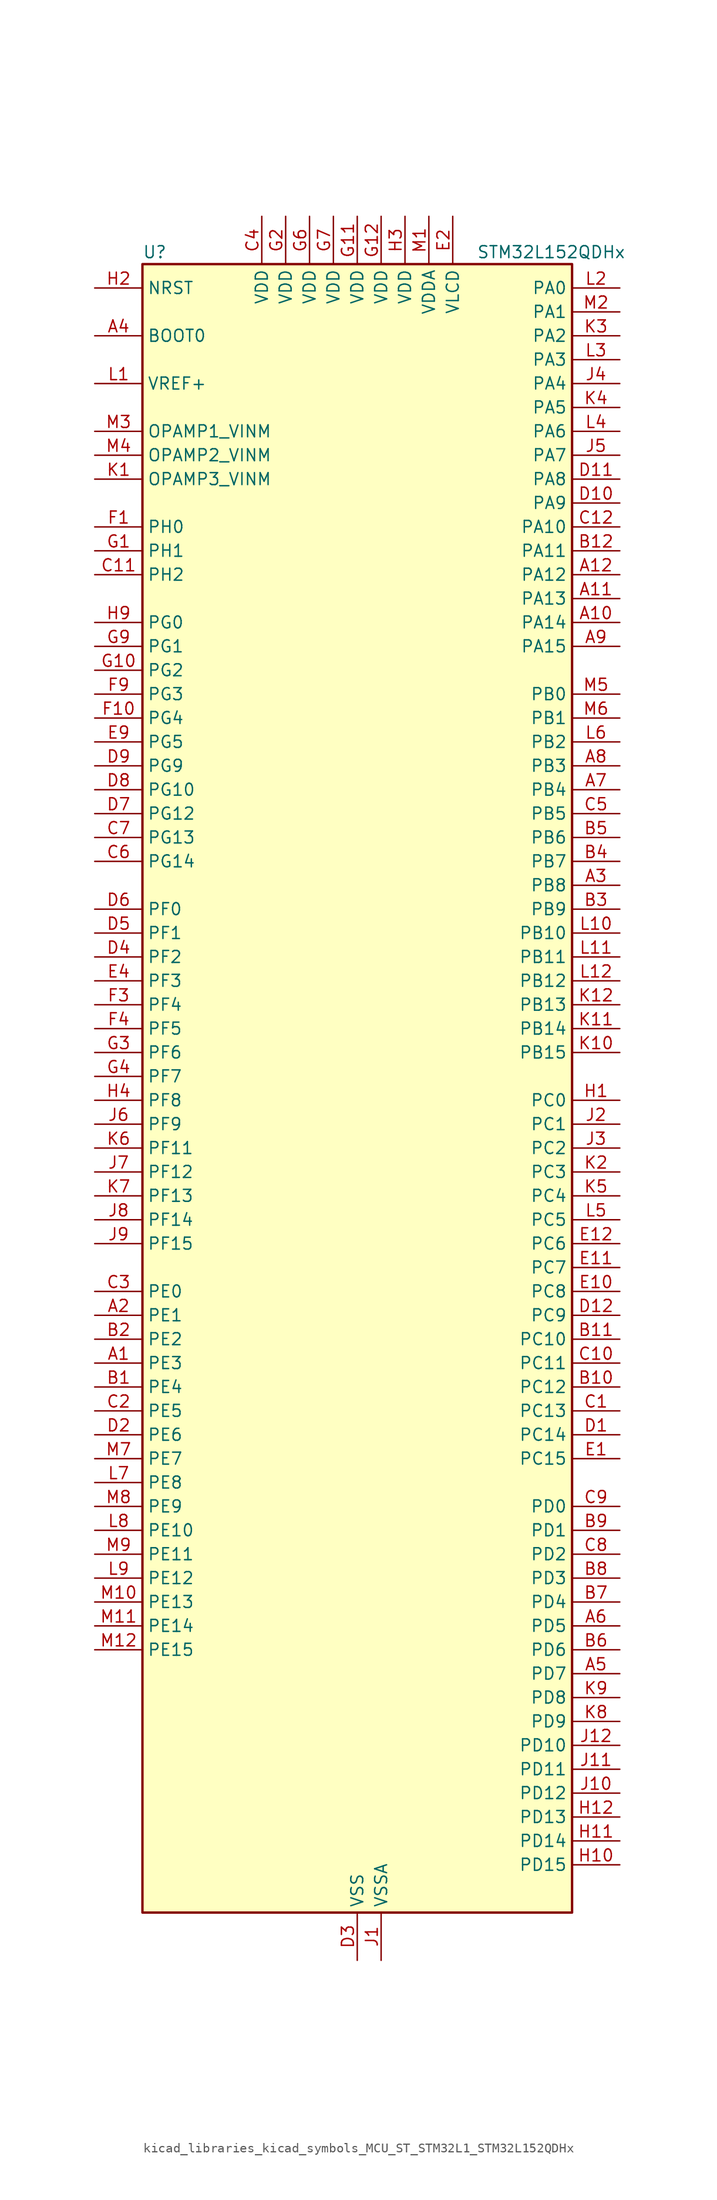
<source format=kicad_sym>
(kicad_symbol_lib
  (version 20220914)
  (generator kicad_symbol_editor)
  (symbol "kicad_libraries_kicad_symbols_MCU_ST_STM32L1_STM32L152QDHx"
    (property "Reference" "U"
      (at -22.86 90.17 0)
      (effects (font (size 1.27 1.27)) (justify left)))
    (property "Value" "STM32L152QDHx"
      (at 12.7 90.17 0)
      (effects (font (size 1.27 1.27)) (justify left)))
    (property "ki_locked" ""
      (at 0 0 0)
      (effects (font (size 1.27 1.27))))
    (symbol "kicad_libraries_kicad_symbols_MCU_ST_STM32L1_STM32L152QDHx_0_1"
      (rectangle (start -22.86 -86.36) (end 22.86 88.9) (stroke (width 0.254) (type default)) (fill (type background))))
    (symbol "kicad_libraries_kicad_symbols_MCU_ST_STM32L1_STM32L152QDHx_1_1"
      (pin bidirectional line (at -27.94 -27.94 0) (length 5.08) (name "PE3" (effects (font (size 1.27 1.27)))) (number "A1" (effects (font (size 1.27 1.27)))) (alternate "FSMC_A19" bidirectional line) (alternate "LCD_SEG39" bidirectional line) (alternate "SYS_TRACED0" bidirectional line) (alternate "TIM3_CH1" bidirectional line) (alternate "TIMX_IC4" bidirectional line))
      (pin bidirectional line (at 27.94 50.8 180) (length 5.08) (name "PA14" (effects (font (size 1.27 1.27)))) (number "A10" (effects (font (size 1.27 1.27)))) (alternate "SYS_JTCK-SWCLK" bidirectional line) (alternate "TIMX_IC3" bidirectional line) (alternate "TS_G5_IO2" bidirectional line))
      (pin bidirectional line (at 27.94 53.34 180) (length 5.08) (name "PA13" (effects (font (size 1.27 1.27)))) (number "A11" (effects (font (size 1.27 1.27)))) (alternate "SYS_JTMS-SWDIO" bidirectional line) (alternate "TIMX_IC2" bidirectional line) (alternate "TS_G5_IO1" bidirectional line))
      (pin bidirectional line (at 27.94 55.88 180) (length 5.08) (name "PA12" (effects (font (size 1.27 1.27)))) (number "A12" (effects (font (size 1.27 1.27)))) (alternate "SPI1_MOSI" bidirectional line) (alternate "TIMX_IC1" bidirectional line) (alternate "USART1_RTS" bidirectional line) (alternate "USB_DP" bidirectional line))
      (pin bidirectional line (at -27.94 -22.86 0) (length 5.08) (name "PE1" (effects (font (size 1.27 1.27)))) (number "A2" (effects (font (size 1.27 1.27)))) (alternate "FSMC_NBL1" bidirectional line) (alternate "LCD_SEG37" bidirectional line) (alternate "TIM11_CH1" bidirectional line) (alternate "TIMX_IC2" bidirectional line))
      (pin bidirectional line (at 27.94 22.86 180) (length 5.08) (name "PB8" (effects (font (size 1.27 1.27)))) (number "A3" (effects (font (size 1.27 1.27)))) (alternate "I2C1_SCL" bidirectional line) (alternate "LCD_SEG16" bidirectional line) (alternate "SDIO_D4" bidirectional line) (alternate "TIM10_CH1" bidirectional line) (alternate "TIM4_CH3" bidirectional line))
      (pin input line (at -27.94 81.28 0) (length 5.08) (name "BOOT0" (effects (font (size 1.27 1.27)))) (number "A4" (effects (font (size 1.27 1.27)))))
      (pin bidirectional line (at 27.94 -60.96 180) (length 5.08) (name "PD7" (effects (font (size 1.27 1.27)))) (number "A5" (effects (font (size 1.27 1.27)))) (alternate "FSMC_NE1" bidirectional line) (alternate "TIM9_CH2" bidirectional line) (alternate "TIMX_IC4" bidirectional line) (alternate "USART2_CK" bidirectional line))
      (pin bidirectional line (at 27.94 -55.88 180) (length 5.08) (name "PD5" (effects (font (size 1.27 1.27)))) (number "A6" (effects (font (size 1.27 1.27)))) (alternate "FSMC_NWE" bidirectional line) (alternate "TIMX_IC2" bidirectional line) (alternate "USART2_TX" bidirectional line))
      (pin bidirectional line (at 27.94 33.02 180) (length 5.08) (name "PB4" (effects (font (size 1.27 1.27)))) (number "A7" (effects (font (size 1.27 1.27)))) (alternate "COMP2_INP" bidirectional line) (alternate "LCD_SEG8" bidirectional line) (alternate "SPI1_MISO" bidirectional line) (alternate "SPI3_MISO" bidirectional line) (alternate "SYS_JTRST" bidirectional line) (alternate "TIM3_CH1" bidirectional line) (alternate "TS_G6_IO1" bidirectional line))
      (pin bidirectional line (at 27.94 35.56 180) (length 5.08) (name "PB3" (effects (font (size 1.27 1.27)))) (number "A8" (effects (font (size 1.27 1.27)))) (alternate "COMP2_INM" bidirectional line) (alternate "I2S3_CK" bidirectional line) (alternate "LCD_SEG7" bidirectional line) (alternate "SPI1_SCK" bidirectional line) (alternate "SPI3_SCK" bidirectional line) (alternate "SYS_JTDO-TRACESWO" bidirectional line) (alternate "TIM2_CH2" bidirectional line))
      (pin bidirectional line (at 27.94 48.26 180) (length 5.08) (name "PA15" (effects (font (size 1.27 1.27)))) (number "A9" (effects (font (size 1.27 1.27)))) (alternate "ADC_EXTI15" bidirectional line) (alternate "I2S3_WS" bidirectional line) (alternate "LCD_SEG17" bidirectional line) (alternate "SPI1_NSS" bidirectional line) (alternate "SPI3_NSS" bidirectional line) (alternate "SYS_JTDI" bidirectional line) (alternate "TIM2_CH1" bidirectional line) (alternate "TIM2_ETR" bidirectional line) (alternate "TIMX_IC4" bidirectional line) (alternate "TS_G5_IO3" bidirectional line))
      (pin bidirectional line (at -27.94 -30.48 0) (length 5.08) (name "PE4" (effects (font (size 1.27 1.27)))) (number "B1" (effects (font (size 1.27 1.27)))) (alternate "FSMC_A20" bidirectional line) (alternate "SYS_TRACED1" bidirectional line) (alternate "TIM3_CH2" bidirectional line) (alternate "TIMX_IC1" bidirectional line))
      (pin bidirectional line (at 27.94 -30.48 180) (length 5.08) (name "PC12" (effects (font (size 1.27 1.27)))) (number "B10" (effects (font (size 1.27 1.27)))) (alternate "I2S3_SD" bidirectional line) (alternate "LCD_COM6" bidirectional line) (alternate "LCD_SEG30" bidirectional line) (alternate "LCD_SEG42" bidirectional line) (alternate "SDIO_CK" bidirectional line) (alternate "SPI3_MOSI" bidirectional line) (alternate "TIMX_IC1" bidirectional line) (alternate "UART5_TX" bidirectional line) (alternate "USART3_CK" bidirectional line))
      (pin bidirectional line (at 27.94 -25.4 180) (length 5.08) (name "PC10" (effects (font (size 1.27 1.27)))) (number "B11" (effects (font (size 1.27 1.27)))) (alternate "I2S3_CK" bidirectional line) (alternate "LCD_COM4" bidirectional line) (alternate "LCD_SEG28" bidirectional line) (alternate "LCD_SEG40" bidirectional line) (alternate "SDIO_D2" bidirectional line) (alternate "SPI3_SCK" bidirectional line) (alternate "TIMX_IC3" bidirectional line) (alternate "UART4_TX" bidirectional line) (alternate "USART3_TX" bidirectional line))
      (pin bidirectional line (at 27.94 58.42 180) (length 5.08) (name "PA11" (effects (font (size 1.27 1.27)))) (number "B12" (effects (font (size 1.27 1.27)))) (alternate "ADC_EXTI11" bidirectional line) (alternate "SPI1_MISO" bidirectional line) (alternate "TIMX_IC4" bidirectional line) (alternate "USART1_CTS" bidirectional line) (alternate "USB_DM" bidirectional line))
      (pin bidirectional line (at -27.94 -25.4 0) (length 5.08) (name "PE2" (effects (font (size 1.27 1.27)))) (number "B2" (effects (font (size 1.27 1.27)))) (alternate "FSMC_A23" bidirectional line) (alternate "LCD_SEG38" bidirectional line) (alternate "SYS_TRACECK" bidirectional line) (alternate "TIM3_ETR" bidirectional line) (alternate "TIMX_IC3" bidirectional line))
      (pin bidirectional line (at 27.94 20.32 180) (length 5.08) (name "PB9" (effects (font (size 1.27 1.27)))) (number "B3" (effects (font (size 1.27 1.27)))) (alternate "DAC_EXTI9" bidirectional line) (alternate "I2C1_SDA" bidirectional line) (alternate "LCD_COM3" bidirectional line) (alternate "SDIO_D5" bidirectional line) (alternate "TIM11_CH1" bidirectional line) (alternate "TIM4_CH4" bidirectional line))
      (pin bidirectional line (at 27.94 25.4 180) (length 5.08) (name "PB7" (effects (font (size 1.27 1.27)))) (number "B4" (effects (font (size 1.27 1.27)))) (alternate "COMP2_INP" bidirectional line) (alternate "FSMC_NL" bidirectional line) (alternate "I2C1_SDA" bidirectional line) (alternate "SYS_PVD_IN" bidirectional line) (alternate "TIM4_CH2" bidirectional line) (alternate "TS_G6_IO4" bidirectional line) (alternate "USART1_RX" bidirectional line))
      (pin bidirectional line (at 27.94 27.94 180) (length 5.08) (name "PB6" (effects (font (size 1.27 1.27)))) (number "B5" (effects (font (size 1.27 1.27)))) (alternate "COMP2_INP" bidirectional line) (alternate "I2C1_SCL" bidirectional line) (alternate "TIM4_CH1" bidirectional line) (alternate "TS_G6_IO3" bidirectional line) (alternate "USART1_TX" bidirectional line))
      (pin bidirectional line (at 27.94 -58.42 180) (length 5.08) (name "PD6" (effects (font (size 1.27 1.27)))) (number "B6" (effects (font (size 1.27 1.27)))) (alternate "FSMC_NWAIT" bidirectional line) (alternate "TIMX_IC3" bidirectional line) (alternate "USART2_RX" bidirectional line))
      (pin bidirectional line (at 27.94 -53.34 180) (length 5.08) (name "PD4" (effects (font (size 1.27 1.27)))) (number "B7" (effects (font (size 1.27 1.27)))) (alternate "FSMC_NOE" bidirectional line) (alternate "I2S2_SD" bidirectional line) (alternate "SPI2_MOSI" bidirectional line) (alternate "TIMX_IC1" bidirectional line) (alternate "USART2_RTS" bidirectional line))
      (pin bidirectional line (at 27.94 -50.8 180) (length 5.08) (name "PD3" (effects (font (size 1.27 1.27)))) (number "B8" (effects (font (size 1.27 1.27)))) (alternate "FSMC_CLK" bidirectional line) (alternate "SPI2_MISO" bidirectional line) (alternate "TIMX_IC4" bidirectional line) (alternate "USART2_CTS" bidirectional line))
      (pin bidirectional line (at 27.94 -45.72 180) (length 5.08) (name "PD1" (effects (font (size 1.27 1.27)))) (number "B9" (effects (font (size 1.27 1.27)))) (alternate "FSMC_D3" bidirectional line) (alternate "FSMC_DA3" bidirectional line) (alternate "I2S2_CK" bidirectional line) (alternate "SPI2_SCK" bidirectional line) (alternate "TIMX_IC2" bidirectional line))
      (pin bidirectional line (at 27.94 -33.02 180) (length 5.08) (name "PC13" (effects (font (size 1.27 1.27)))) (number "C1" (effects (font (size 1.27 1.27)))) (alternate "RTC_OUT_ALARM" bidirectional line) (alternate "RTC_OUT_CALIB" bidirectional line) (alternate "RTC_TAMP1" bidirectional line) (alternate "RTC_TS" bidirectional line) (alternate "SYS_WKUP2" bidirectional line) (alternate "TIMX_IC2" bidirectional line))
      (pin bidirectional line (at 27.94 -27.94 180) (length 5.08) (name "PC11" (effects (font (size 1.27 1.27)))) (number "C10" (effects (font (size 1.27 1.27)))) (alternate "ADC_EXTI11" bidirectional line) (alternate "LCD_COM5" bidirectional line) (alternate "LCD_SEG29" bidirectional line) (alternate "LCD_SEG41" bidirectional line) (alternate "SDIO_D3" bidirectional line) (alternate "SPI3_MISO" bidirectional line) (alternate "TIMX_IC4" bidirectional line) (alternate "UART4_RX" bidirectional line) (alternate "USART3_RX" bidirectional line))
      (pin bidirectional line (at -27.94 55.88 0) (length 5.08) (name "PH2" (effects (font (size 1.27 1.27)))) (number "C11" (effects (font (size 1.27 1.27)))) (alternate "FSMC_A22" bidirectional line))
      (pin bidirectional line (at 27.94 60.96 180) (length 5.08) (name "PA10" (effects (font (size 1.27 1.27)))) (number "C12" (effects (font (size 1.27 1.27)))) (alternate "LCD_COM2" bidirectional line) (alternate "TIMX_IC3" bidirectional line) (alternate "TS_G4_IO3" bidirectional line) (alternate "USART1_RX" bidirectional line))
      (pin bidirectional line (at -27.94 -33.02 0) (length 5.08) (name "PE5" (effects (font (size 1.27 1.27)))) (number "C2" (effects (font (size 1.27 1.27)))) (alternate "FSMC_A21" bidirectional line) (alternate "SYS_TRACED2" bidirectional line) (alternate "TIM9_CH1" bidirectional line) (alternate "TIMX_IC2" bidirectional line))
      (pin bidirectional line (at -27.94 -20.32 0) (length 5.08) (name "PE0" (effects (font (size 1.27 1.27)))) (number "C3" (effects (font (size 1.27 1.27)))) (alternate "FSMC_NBL0" bidirectional line) (alternate "LCD_SEG36" bidirectional line) (alternate "TIM10_CH1" bidirectional line) (alternate "TIM4_ETR" bidirectional line) (alternate "TIMX_IC1" bidirectional line))
      (pin power_in line (at -10.16 93.98 270) (length 5.08) (name "VDD" (effects (font (size 1.27 1.27)))) (number "C4" (effects (font (size 1.27 1.27)))))
      (pin bidirectional line (at 27.94 30.48 180) (length 5.08) (name "PB5" (effects (font (size 1.27 1.27)))) (number "C5" (effects (font (size 1.27 1.27)))) (alternate "COMP2_INP" bidirectional line) (alternate "I2C1_SMBA" bidirectional line) (alternate "I2S3_SD" bidirectional line) (alternate "LCD_SEG9" bidirectional line) (alternate "SPI1_MOSI" bidirectional line) (alternate "SPI3_MOSI" bidirectional line) (alternate "TIM3_CH2" bidirectional line) (alternate "TS_G6_IO2" bidirectional line))
      (pin bidirectional line (at -27.94 25.4 0) (length 5.08) (name "PG14" (effects (font (size 1.27 1.27)))) (number "C6" (effects (font (size 1.27 1.27)))) (alternate "FSMC_A25" bidirectional line))
      (pin bidirectional line (at -27.94 27.94 0) (length 5.08) (name "PG13" (effects (font (size 1.27 1.27)))) (number "C7" (effects (font (size 1.27 1.27)))) (alternate "FSMC_A24" bidirectional line))
      (pin bidirectional line (at 27.94 -48.26 180) (length 5.08) (name "PD2" (effects (font (size 1.27 1.27)))) (number "C8" (effects (font (size 1.27 1.27)))) (alternate "LCD_COM7" bidirectional line) (alternate "LCD_SEG31" bidirectional line) (alternate "LCD_SEG43" bidirectional line) (alternate "SDIO_CMD" bidirectional line) (alternate "TIM3_ETR" bidirectional line) (alternate "TIMX_IC3" bidirectional line) (alternate "UART5_RX" bidirectional line))
      (pin bidirectional line (at 27.94 -43.18 180) (length 5.08) (name "PD0" (effects (font (size 1.27 1.27)))) (number "C9" (effects (font (size 1.27 1.27)))) (alternate "FSMC_D2" bidirectional line) (alternate "FSMC_DA2" bidirectional line) (alternate "I2S2_WS" bidirectional line) (alternate "SPI2_NSS" bidirectional line) (alternate "TIM9_CH1" bidirectional line) (alternate "TIMX_IC1" bidirectional line))
      (pin bidirectional line (at 27.94 -35.56 180) (length 5.08) (name "PC14" (effects (font (size 1.27 1.27)))) (number "D1" (effects (font (size 1.27 1.27)))) (alternate "RCC_OSC32_IN" bidirectional line) (alternate "TIMX_IC3" bidirectional line))
      (pin bidirectional line (at 27.94 63.5 180) (length 5.08) (name "PA9" (effects (font (size 1.27 1.27)))) (number "D10" (effects (font (size 1.27 1.27)))) (alternate "DAC_EXTI9" bidirectional line) (alternate "LCD_COM1" bidirectional line) (alternate "TIMX_IC2" bidirectional line) (alternate "TS_G4_IO2" bidirectional line) (alternate "USART1_TX" bidirectional line))
      (pin bidirectional line (at 27.94 66.04 180) (length 5.08) (name "PA8" (effects (font (size 1.27 1.27)))) (number "D11" (effects (font (size 1.27 1.27)))) (alternate "LCD_COM0" bidirectional line) (alternate "RCC_MCO" bidirectional line) (alternate "TIMX_IC1" bidirectional line) (alternate "TS_G4_IO1" bidirectional line) (alternate "USART1_CK" bidirectional line))
      (pin bidirectional line (at 27.94 -22.86 180) (length 5.08) (name "PC9" (effects (font (size 1.27 1.27)))) (number "D12" (effects (font (size 1.27 1.27)))) (alternate "DAC_EXTI9" bidirectional line) (alternate "LCD_SEG27" bidirectional line) (alternate "SDIO_D1" bidirectional line) (alternate "TIM3_CH4" bidirectional line) (alternate "TIMX_IC2" bidirectional line) (alternate "TS_G10_IO4" bidirectional line))
      (pin bidirectional line (at -27.94 -35.56 0) (length 5.08) (name "PE6" (effects (font (size 1.27 1.27)))) (number "D2" (effects (font (size 1.27 1.27)))) (alternate "RTC_TAMP3" bidirectional line) (alternate "SYS_TRACED3" bidirectional line) (alternate "SYS_WKUP3" bidirectional line) (alternate "TIM9_CH2" bidirectional line) (alternate "TIMX_IC3" bidirectional line))
      (pin power_in line (at 0 -91.44 90) (length 5.08) (name "VSS" (effects (font (size 1.27 1.27)))) (number "D3" (effects (font (size 1.27 1.27)))))
      (pin bidirectional line (at -27.94 15.24 0) (length 5.08) (name "PF2" (effects (font (size 1.27 1.27)))) (number "D4" (effects (font (size 1.27 1.27)))) (alternate "FSMC_A2" bidirectional line))
      (pin bidirectional line (at -27.94 17.78 0) (length 5.08) (name "PF1" (effects (font (size 1.27 1.27)))) (number "D5" (effects (font (size 1.27 1.27)))) (alternate "FSMC_A1" bidirectional line))
      (pin bidirectional line (at -27.94 20.32 0) (length 5.08) (name "PF0" (effects (font (size 1.27 1.27)))) (number "D6" (effects (font (size 1.27 1.27)))) (alternate "FSMC_A0" bidirectional line))
      (pin bidirectional line (at -27.94 30.48 0) (length 5.08) (name "PG12" (effects (font (size 1.27 1.27)))) (number "D7" (effects (font (size 1.27 1.27)))) (alternate "FSMC_NE4" bidirectional line))
      (pin bidirectional line (at -27.94 33.02 0) (length 5.08) (name "PG10" (effects (font (size 1.27 1.27)))) (number "D8" (effects (font (size 1.27 1.27)))) (alternate "FSMC_NE3" bidirectional line))
      (pin bidirectional line (at -27.94 35.56 0) (length 5.08) (name "PG9" (effects (font (size 1.27 1.27)))) (number "D9" (effects (font (size 1.27 1.27)))) (alternate "DAC_EXTI9" bidirectional line) (alternate "FSMC_NE2" bidirectional line))
      (pin bidirectional line (at 27.94 -38.1 180) (length 5.08) (name "PC15" (effects (font (size 1.27 1.27)))) (number "E1" (effects (font (size 1.27 1.27)))) (alternate "ADC_EXTI15" bidirectional line) (alternate "RCC_OSC32_OUT" bidirectional line) (alternate "TIMX_IC4" bidirectional line))
      (pin bidirectional line (at 27.94 -20.32 180) (length 5.08) (name "PC8" (effects (font (size 1.27 1.27)))) (number "E10" (effects (font (size 1.27 1.27)))) (alternate "LCD_SEG26" bidirectional line) (alternate "SDIO_D0" bidirectional line) (alternate "TIM3_CH3" bidirectional line) (alternate "TIMX_IC1" bidirectional line) (alternate "TS_G10_IO3" bidirectional line))
      (pin bidirectional line (at 27.94 -17.78 180) (length 5.08) (name "PC7" (effects (font (size 1.27 1.27)))) (number "E11" (effects (font (size 1.27 1.27)))) (alternate "I2S3_MCK" bidirectional line) (alternate "LCD_SEG25" bidirectional line) (alternate "SDIO_D7" bidirectional line) (alternate "TIM3_CH2" bidirectional line) (alternate "TIMX_IC4" bidirectional line) (alternate "TS_G10_IO2" bidirectional line))
      (pin bidirectional line (at 27.94 -15.24 180) (length 5.08) (name "PC6" (effects (font (size 1.27 1.27)))) (number "E12" (effects (font (size 1.27 1.27)))) (alternate "I2S2_MCK" bidirectional line) (alternate "LCD_SEG24" bidirectional line) (alternate "SDIO_D6" bidirectional line) (alternate "TIM3_CH1" bidirectional line) (alternate "TIMX_IC3" bidirectional line) (alternate "TS_G10_IO1" bidirectional line))
      (pin power_in line (at 10.16 93.98 270) (length 5.08) (name "VLCD" (effects (font (size 1.27 1.27)))) (number "E2" (effects (font (size 1.27 1.27)))))
      (pin passive line (at 0 -91.44 90) (length 5.08) hide (name "VSS" (effects (font (size 1.27 1.27)))) (number "E3" (effects (font (size 1.27 1.27)))))
      (pin bidirectional line (at -27.94 12.7 0) (length 5.08) (name "PF3" (effects (font (size 1.27 1.27)))) (number "E4" (effects (font (size 1.27 1.27)))) (alternate "FSMC_A3" bidirectional line))
      (pin bidirectional line (at -27.94 38.1 0) (length 5.08) (name "PG5" (effects (font (size 1.27 1.27)))) (number "E9" (effects (font (size 1.27 1.27)))) (alternate "FSMC_A15" bidirectional line))
      (pin bidirectional line (at -27.94 60.96 0) (length 5.08) (name "PH0" (effects (font (size 1.27 1.27)))) (number "F1" (effects (font (size 1.27 1.27)))) (alternate "RCC_OSC_IN" bidirectional line))
      (pin bidirectional line (at -27.94 40.64 0) (length 5.08) (name "PG4" (effects (font (size 1.27 1.27)))) (number "F10" (effects (font (size 1.27 1.27)))) (alternate "ADC_IN12b" bidirectional line) (alternate "FSMC_A14" bidirectional line) (alternate "TS_G7_IO7" bidirectional line))
      (pin passive line (at 0 -91.44 90) (length 5.08) hide (name "VSS" (effects (font (size 1.27 1.27)))) (number "F11" (effects (font (size 1.27 1.27)))))
      (pin passive line (at 0 -91.44 90) (length 5.08) hide (name "VSS" (effects (font (size 1.27 1.27)))) (number "F12" (effects (font (size 1.27 1.27)))))
      (pin passive line (at 0 -91.44 90) (length 5.08) hide (name "VSS" (effects (font (size 1.27 1.27)))) (number "F2" (effects (font (size 1.27 1.27)))))
      (pin bidirectional line (at -27.94 10.16 0) (length 5.08) (name "PF4" (effects (font (size 1.27 1.27)))) (number "F3" (effects (font (size 1.27 1.27)))) (alternate "FSMC_A4" bidirectional line))
      (pin bidirectional line (at -27.94 7.62 0) (length 5.08) (name "PF5" (effects (font (size 1.27 1.27)))) (number "F4" (effects (font (size 1.27 1.27)))) (alternate "FSMC_A5" bidirectional line))
      (pin passive line (at 0 -91.44 90) (length 5.08) hide (name "VSS" (effects (font (size 1.27 1.27)))) (number "F6" (effects (font (size 1.27 1.27)))))
      (pin passive line (at 0 -91.44 90) (length 5.08) hide (name "VSS" (effects (font (size 1.27 1.27)))) (number "F7" (effects (font (size 1.27 1.27)))))
      (pin bidirectional line (at -27.94 43.18 0) (length 5.08) (name "PG3" (effects (font (size 1.27 1.27)))) (number "F9" (effects (font (size 1.27 1.27)))) (alternate "ADC_IN11b" bidirectional line) (alternate "FSMC_A13" bidirectional line) (alternate "TS_G7_IO6" bidirectional line))
      (pin bidirectional line (at -27.94 58.42 0) (length 5.08) (name "PH1" (effects (font (size 1.27 1.27)))) (number "G1" (effects (font (size 1.27 1.27)))) (alternate "RCC_OSC_OUT" bidirectional line))
      (pin bidirectional line (at -27.94 45.72 0) (length 5.08) (name "PG2" (effects (font (size 1.27 1.27)))) (number "G10" (effects (font (size 1.27 1.27)))) (alternate "ADC_IN10b" bidirectional line) (alternate "FSMC_A12" bidirectional line) (alternate "TS_G7_IO5" bidirectional line))
      (pin power_in line (at 0 93.98 270) (length 5.08) (name "VDD" (effects (font (size 1.27 1.27)))) (number "G11" (effects (font (size 1.27 1.27)))))
      (pin power_in line (at 2.54 93.98 270) (length 5.08) (name "VDD" (effects (font (size 1.27 1.27)))) (number "G12" (effects (font (size 1.27 1.27)))))
      (pin power_in line (at -7.62 93.98 270) (length 5.08) (name "VDD" (effects (font (size 1.27 1.27)))) (number "G2" (effects (font (size 1.27 1.27)))))
      (pin bidirectional line (at -27.94 5.08 0) (length 5.08) (name "PF6" (effects (font (size 1.27 1.27)))) (number "G3" (effects (font (size 1.27 1.27)))) (alternate "ADC_IN27" bidirectional line) (alternate "TIM5_CH1" bidirectional line) (alternate "TIM5_ETR" bidirectional line) (alternate "TS_G11_IO1" bidirectional line))
      (pin bidirectional line (at -27.94 2.54 0) (length 5.08) (name "PF7" (effects (font (size 1.27 1.27)))) (number "G4" (effects (font (size 1.27 1.27)))) (alternate "ADC_IN28" bidirectional line) (alternate "COMP1_INP" bidirectional line) (alternate "TIM5_CH2" bidirectional line) (alternate "TS_G11_IO2" bidirectional line))
      (pin power_in line (at -5.08 93.98 270) (length 5.08) (name "VDD" (effects (font (size 1.27 1.27)))) (number "G6" (effects (font (size 1.27 1.27)))))
      (pin power_in line (at -2.54 93.98 270) (length 5.08) (name "VDD" (effects (font (size 1.27 1.27)))) (number "G7" (effects (font (size 1.27 1.27)))))
      (pin bidirectional line (at -27.94 48.26 0) (length 5.08) (name "PG1" (effects (font (size 1.27 1.27)))) (number "G9" (effects (font (size 1.27 1.27)))) (alternate "ADC_IN9b" bidirectional line) (alternate "FSMC_A11" bidirectional line) (alternate "TS_G2_IO5" bidirectional line))
      (pin bidirectional line (at 27.94 0 180) (length 5.08) (name "PC0" (effects (font (size 1.27 1.27)))) (number "H1" (effects (font (size 1.27 1.27)))) (alternate "ADC_IN10" bidirectional line) (alternate "COMP1_INP" bidirectional line) (alternate "LCD_SEG18" bidirectional line) (alternate "TIMX_IC1" bidirectional line) (alternate "TS_G8_IO1" bidirectional line))
      (pin bidirectional line (at 27.94 -81.28 180) (length 5.08) (name "PD15" (effects (font (size 1.27 1.27)))) (number "H10" (effects (font (size 1.27 1.27)))) (alternate "ADC_EXTI15" bidirectional line) (alternate "FSMC_D1" bidirectional line) (alternate "FSMC_DA1" bidirectional line) (alternate "LCD_SEG35" bidirectional line) (alternate "TIM4_CH4" bidirectional line) (alternate "TIMX_IC4" bidirectional line))
      (pin bidirectional line (at 27.94 -78.74 180) (length 5.08) (name "PD14" (effects (font (size 1.27 1.27)))) (number "H11" (effects (font (size 1.27 1.27)))) (alternate "FSMC_D0" bidirectional line) (alternate "FSMC_DA0" bidirectional line) (alternate "LCD_SEG34" bidirectional line) (alternate "TIM4_CH3" bidirectional line) (alternate "TIMX_IC3" bidirectional line))
      (pin bidirectional line (at 27.94 -76.2 180) (length 5.08) (name "PD13" (effects (font (size 1.27 1.27)))) (number "H12" (effects (font (size 1.27 1.27)))) (alternate "FSMC_A18" bidirectional line) (alternate "LCD_SEG33" bidirectional line) (alternate "TIM4_CH2" bidirectional line) (alternate "TIMX_IC2" bidirectional line))
      (pin input line (at -27.94 86.36 0) (length 5.08) (name "NRST" (effects (font (size 1.27 1.27)))) (number "H2" (effects (font (size 1.27 1.27)))))
      (pin power_in line (at 5.08 93.98 270) (length 5.08) (name "VDD" (effects (font (size 1.27 1.27)))) (number "H3" (effects (font (size 1.27 1.27)))))
      (pin bidirectional line (at -27.94 0 0) (length 5.08) (name "PF8" (effects (font (size 1.27 1.27)))) (number "H4" (effects (font (size 1.27 1.27)))) (alternate "ADC_IN29" bidirectional line) (alternate "COMP1_INP" bidirectional line) (alternate "TIM5_CH3" bidirectional line) (alternate "TS_G11_IO3" bidirectional line))
      (pin bidirectional line (at -27.94 50.8 0) (length 5.08) (name "PG0" (effects (font (size 1.27 1.27)))) (number "H9" (effects (font (size 1.27 1.27)))) (alternate "ADC_IN8b" bidirectional line) (alternate "FSMC_A10" bidirectional line) (alternate "TS_G2_IO4" bidirectional line))
      (pin power_in line (at 2.54 -91.44 90) (length 5.08) (name "VSSA" (effects (font (size 1.27 1.27)))) (number "J1" (effects (font (size 1.27 1.27)))))
      (pin bidirectional line (at 27.94 -73.66 180) (length 5.08) (name "PD12" (effects (font (size 1.27 1.27)))) (number "J10" (effects (font (size 1.27 1.27)))) (alternate "FSMC_A17" bidirectional line) (alternate "LCD_SEG32" bidirectional line) (alternate "TIM4_CH1" bidirectional line) (alternate "TIMX_IC1" bidirectional line) (alternate "USART3_RTS" bidirectional line))
      (pin bidirectional line (at 27.94 -71.12 180) (length 5.08) (name "PD11" (effects (font (size 1.27 1.27)))) (number "J11" (effects (font (size 1.27 1.27)))) (alternate "ADC_EXTI11" bidirectional line) (alternate "FSMC_A16" bidirectional line) (alternate "LCD_SEG31" bidirectional line) (alternate "TIMX_IC4" bidirectional line) (alternate "USART3_CTS" bidirectional line))
      (pin bidirectional line (at 27.94 -68.58 180) (length 5.08) (name "PD10" (effects (font (size 1.27 1.27)))) (number "J12" (effects (font (size 1.27 1.27)))) (alternate "FSMC_D15" bidirectional line) (alternate "FSMC_DA15" bidirectional line) (alternate "LCD_SEG30" bidirectional line) (alternate "TIMX_IC3" bidirectional line) (alternate "USART3_CK" bidirectional line))
      (pin bidirectional line (at 27.94 -2.54 180) (length 5.08) (name "PC1" (effects (font (size 1.27 1.27)))) (number "J2" (effects (font (size 1.27 1.27)))) (alternate "ADC_IN11" bidirectional line) (alternate "COMP1_INP" bidirectional line) (alternate "LCD_SEG19" bidirectional line) (alternate "OPAMP3_VINP" bidirectional line) (alternate "TIMX_IC2" bidirectional line) (alternate "TS_G8_IO2" bidirectional line))
      (pin bidirectional line (at 27.94 -5.08 180) (length 5.08) (name "PC2" (effects (font (size 1.27 1.27)))) (number "J3" (effects (font (size 1.27 1.27)))) (alternate "ADC_IN12" bidirectional line) (alternate "COMP1_INP" bidirectional line) (alternate "LCD_SEG20" bidirectional line) (alternate "TIMX_IC3" bidirectional line) (alternate "TS_G8_IO3" bidirectional line))
      (pin bidirectional line (at 27.94 76.2 180) (length 5.08) (name "PA4" (effects (font (size 1.27 1.27)))) (number "J4" (effects (font (size 1.27 1.27)))) (alternate "ADC_IN4" bidirectional line) (alternate "COMP1_INP" bidirectional line) (alternate "DAC_OUT1" bidirectional line) (alternate "I2S3_WS" bidirectional line) (alternate "SPI1_NSS" bidirectional line) (alternate "SPI3_NSS" bidirectional line) (alternate "TIMX_IC1" bidirectional line) (alternate "USART2_CK" bidirectional line))
      (pin bidirectional line (at 27.94 68.58 180) (length 5.08) (name "PA7" (effects (font (size 1.27 1.27)))) (number "J5" (effects (font (size 1.27 1.27)))) (alternate "ADC_IN7" bidirectional line) (alternate "COMP1_INP" bidirectional line) (alternate "LCD_SEG4" bidirectional line) (alternate "SPI1_MOSI" bidirectional line) (alternate "TIM11_CH1" bidirectional line) (alternate "TIM3_CH2" bidirectional line) (alternate "TIMX_IC4" bidirectional line) (alternate "TS_G2_IO2" bidirectional line))
      (pin bidirectional line (at -27.94 -2.54 0) (length 5.08) (name "PF9" (effects (font (size 1.27 1.27)))) (number "J6" (effects (font (size 1.27 1.27)))) (alternate "ADC_IN30" bidirectional line) (alternate "COMP1_INP" bidirectional line) (alternate "DAC_EXTI9" bidirectional line) (alternate "TIM5_CH4" bidirectional line) (alternate "TS_G11_IO4" bidirectional line))
      (pin bidirectional line (at -27.94 -7.62 0) (length 5.08) (name "PF12" (effects (font (size 1.27 1.27)))) (number "J7" (effects (font (size 1.27 1.27)))) (alternate "ADC_IN2b" bidirectional line) (alternate "FSMC_A6" bidirectional line) (alternate "TS_G3_IO5" bidirectional line))
      (pin bidirectional line (at -27.94 -12.7 0) (length 5.08) (name "PF14" (effects (font (size 1.27 1.27)))) (number "J8" (effects (font (size 1.27 1.27)))) (alternate "ADC_IN6b" bidirectional line) (alternate "FSMC_A8" bidirectional line) (alternate "TS_G9_IO4" bidirectional line))
      (pin bidirectional line (at -27.94 -15.24 0) (length 5.08) (name "PF15" (effects (font (size 1.27 1.27)))) (number "J9" (effects (font (size 1.27 1.27)))) (alternate "ADC_EXTI15" bidirectional line) (alternate "ADC_IN7b" bidirectional line) (alternate "FSMC_A9" bidirectional line) (alternate "TS_G2_IO3" bidirectional line))
      (pin input line (at -27.94 66.04 0) (length 5.08) (name "OPAMP3_VINM" (effects (font (size 1.27 1.27)))) (number "K1" (effects (font (size 1.27 1.27)))) (alternate "OPAMP3_VINM" bidirectional line))
      (pin bidirectional line (at 27.94 5.08 180) (length 5.08) (name "PB15" (effects (font (size 1.27 1.27)))) (number "K10" (effects (font (size 1.27 1.27)))) (alternate "ADC_EXTI15" bidirectional line) (alternate "ADC_IN21" bidirectional line) (alternate "COMP1_INP" bidirectional line) (alternate "I2S2_SD" bidirectional line) (alternate "LCD_SEG15" bidirectional line) (alternate "RTC_REFIN" bidirectional line) (alternate "SPI2_MOSI" bidirectional line) (alternate "TIM11_CH1" bidirectional line) (alternate "TS_G7_IO4" bidirectional line))
      (pin bidirectional line (at 27.94 7.62 180) (length 5.08) (name "PB14" (effects (font (size 1.27 1.27)))) (number "K11" (effects (font (size 1.27 1.27)))) (alternate "ADC_IN20" bidirectional line) (alternate "COMP1_INP" bidirectional line) (alternate "LCD_SEG14" bidirectional line) (alternate "SPI2_MISO" bidirectional line) (alternate "TIM9_CH2" bidirectional line) (alternate "TS_G7_IO3" bidirectional line) (alternate "USART3_RTS" bidirectional line))
      (pin bidirectional line (at 27.94 10.16 180) (length 5.08) (name "PB13" (effects (font (size 1.27 1.27)))) (number "K12" (effects (font (size 1.27 1.27)))) (alternate "ADC_IN19" bidirectional line) (alternate "COMP1_INP" bidirectional line) (alternate "I2S2_CK" bidirectional line) (alternate "LCD_SEG13" bidirectional line) (alternate "SPI2_SCK" bidirectional line) (alternate "TIM9_CH1" bidirectional line) (alternate "TS_G7_IO2" bidirectional line) (alternate "USART3_CTS" bidirectional line))
      (pin bidirectional line (at 27.94 -7.62 180) (length 5.08) (name "PC3" (effects (font (size 1.27 1.27)))) (number "K2" (effects (font (size 1.27 1.27)))) (alternate "ADC_IN13" bidirectional line) (alternate "COMP1_INP" bidirectional line) (alternate "LCD_SEG21" bidirectional line) (alternate "OPAMP3_VOUT" bidirectional line) (alternate "TIMX_IC4" bidirectional line) (alternate "TS_G8_IO4" bidirectional line))
      (pin bidirectional line (at 27.94 81.28 180) (length 5.08) (name "PA2" (effects (font (size 1.27 1.27)))) (number "K3" (effects (font (size 1.27 1.27)))) (alternate "ADC_IN2" bidirectional line) (alternate "COMP1_INP" bidirectional line) (alternate "LCD_SEG1" bidirectional line) (alternate "TIM2_CH3" bidirectional line) (alternate "TIM5_CH3" bidirectional line) (alternate "TIM9_CH1" bidirectional line) (alternate "TIMX_IC3" bidirectional line) (alternate "TS_G1_IO3" bidirectional line) (alternate "USART2_TX" bidirectional line))
      (pin bidirectional line (at 27.94 73.66 180) (length 5.08) (name "PA5" (effects (font (size 1.27 1.27)))) (number "K4" (effects (font (size 1.27 1.27)))) (alternate "ADC_IN5" bidirectional line) (alternate "COMP1_INP" bidirectional line) (alternate "DAC_OUT2" bidirectional line) (alternate "SPI1_SCK" bidirectional line) (alternate "TIM2_CH1" bidirectional line) (alternate "TIM2_ETR" bidirectional line) (alternate "TIMX_IC2" bidirectional line))
      (pin bidirectional line (at 27.94 -10.16 180) (length 5.08) (name "PC4" (effects (font (size 1.27 1.27)))) (number "K5" (effects (font (size 1.27 1.27)))) (alternate "ADC_IN14" bidirectional line) (alternate "COMP1_INP" bidirectional line) (alternate "LCD_SEG22" bidirectional line) (alternate "TIMX_IC1" bidirectional line) (alternate "TS_G9_IO1" bidirectional line))
      (pin bidirectional line (at -27.94 -5.08 0) (length 5.08) (name "PF11" (effects (font (size 1.27 1.27)))) (number "K6" (effects (font (size 1.27 1.27)))) (alternate "ADC_EXTI11" bidirectional line) (alternate "ADC_IN1b" bidirectional line) (alternate "TS_G3_IO4" bidirectional line))
      (pin bidirectional line (at -27.94 -10.16 0) (length 5.08) (name "PF13" (effects (font (size 1.27 1.27)))) (number "K7" (effects (font (size 1.27 1.27)))) (alternate "ADC_IN3b" bidirectional line) (alternate "FSMC_A7" bidirectional line) (alternate "TS_G9_IO3" bidirectional line))
      (pin bidirectional line (at 27.94 -66.04 180) (length 5.08) (name "PD9" (effects (font (size 1.27 1.27)))) (number "K8" (effects (font (size 1.27 1.27)))) (alternate "DAC_EXTI9" bidirectional line) (alternate "FSMC_D14" bidirectional line) (alternate "FSMC_DA14" bidirectional line) (alternate "LCD_SEG29" bidirectional line) (alternate "TIMX_IC2" bidirectional line) (alternate "USART3_RX" bidirectional line))
      (pin bidirectional line (at 27.94 -63.5 180) (length 5.08) (name "PD8" (effects (font (size 1.27 1.27)))) (number "K9" (effects (font (size 1.27 1.27)))) (alternate "FSMC_D13" bidirectional line) (alternate "FSMC_DA13" bidirectional line) (alternate "LCD_SEG28" bidirectional line) (alternate "TIMX_IC1" bidirectional line) (alternate "USART3_TX" bidirectional line))
      (pin input line (at -27.94 76.2 0) (length 5.08) (name "VREF+" (effects (font (size 1.27 1.27)))) (number "L1" (effects (font (size 1.27 1.27)))))
      (pin bidirectional line (at 27.94 17.78 180) (length 5.08) (name "PB10" (effects (font (size 1.27 1.27)))) (number "L10" (effects (font (size 1.27 1.27)))) (alternate "I2C2_SCL" bidirectional line) (alternate "LCD_SEG10" bidirectional line) (alternate "TIM2_CH3" bidirectional line) (alternate "USART3_TX" bidirectional line))
      (pin bidirectional line (at 27.94 15.24 180) (length 5.08) (name "PB11" (effects (font (size 1.27 1.27)))) (number "L11" (effects (font (size 1.27 1.27)))) (alternate "ADC_EXTI11" bidirectional line) (alternate "I2C2_SDA" bidirectional line) (alternate "LCD_SEG11" bidirectional line) (alternate "TIM2_CH4" bidirectional line) (alternate "USART3_RX" bidirectional line))
      (pin bidirectional line (at 27.94 12.7 180) (length 5.08) (name "PB12" (effects (font (size 1.27 1.27)))) (number "L12" (effects (font (size 1.27 1.27)))) (alternate "ADC_IN18" bidirectional line) (alternate "COMP1_INP" bidirectional line) (alternate "I2C2_SMBA" bidirectional line) (alternate "I2S2_WS" bidirectional line) (alternate "LCD_SEG12" bidirectional line) (alternate "SPI2_NSS" bidirectional line) (alternate "TIM10_CH1" bidirectional line) (alternate "TS_G7_IO1" bidirectional line) (alternate "USART3_CK" bidirectional line))
      (pin bidirectional line (at 27.94 86.36 180) (length 5.08) (name "PA0" (effects (font (size 1.27 1.27)))) (number "L2" (effects (font (size 1.27 1.27)))) (alternate "ADC_IN0" bidirectional line) (alternate "COMP1_INP" bidirectional line) (alternate "RTC_TAMP2" bidirectional line) (alternate "SYS_WKUP1" bidirectional line) (alternate "TIM2_CH1" bidirectional line) (alternate "TIM2_ETR" bidirectional line) (alternate "TIM5_CH1" bidirectional line) (alternate "TIMX_IC1" bidirectional line) (alternate "TS_G1_IO1" bidirectional line) (alternate "USART2_CTS" bidirectional line))
      (pin bidirectional line (at 27.94 78.74 180) (length 5.08) (name "PA3" (effects (font (size 1.27 1.27)))) (number "L3" (effects (font (size 1.27 1.27)))) (alternate "ADC_IN3" bidirectional line) (alternate "COMP1_INP" bidirectional line) (alternate "LCD_SEG2" bidirectional line) (alternate "OPAMP1_VOUT" bidirectional line) (alternate "TIM2_CH4" bidirectional line) (alternate "TIM5_CH4" bidirectional line) (alternate "TIM9_CH2" bidirectional line) (alternate "TIMX_IC4" bidirectional line) (alternate "TS_G1_IO4" bidirectional line) (alternate "USART2_RX" bidirectional line))
      (pin bidirectional line (at 27.94 71.12 180) (length 5.08) (name "PA6" (effects (font (size 1.27 1.27)))) (number "L4" (effects (font (size 1.27 1.27)))) (alternate "ADC_IN6" bidirectional line) (alternate "COMP1_INP" bidirectional line) (alternate "LCD_SEG3" bidirectional line) (alternate "OPAMP2_VINP" bidirectional line) (alternate "SPI1_MISO" bidirectional line) (alternate "TIM10_CH1" bidirectional line) (alternate "TIM3_CH1" bidirectional line) (alternate "TIMX_IC3" bidirectional line) (alternate "TS_G2_IO1" bidirectional line))
      (pin bidirectional line (at 27.94 -12.7 180) (length 5.08) (name "PC5" (effects (font (size 1.27 1.27)))) (number "L5" (effects (font (size 1.27 1.27)))) (alternate "ADC_IN15" bidirectional line) (alternate "COMP1_INP" bidirectional line) (alternate "LCD_SEG23" bidirectional line) (alternate "TIMX_IC2" bidirectional line) (alternate "TS_G9_IO2" bidirectional line))
      (pin bidirectional line (at 27.94 38.1 180) (length 5.08) (name "PB2" (effects (font (size 1.27 1.27)))) (number "L6" (effects (font (size 1.27 1.27)))) (alternate "ADC_IN0b" bidirectional line) (alternate "TS_G3_IO3" bidirectional line))
      (pin bidirectional line (at -27.94 -40.64 0) (length 5.08) (name "PE8" (effects (font (size 1.27 1.27)))) (number "L7" (effects (font (size 1.27 1.27)))) (alternate "ADC_IN23" bidirectional line) (alternate "COMP1_INP" bidirectional line) (alternate "FSMC_D5" bidirectional line) (alternate "FSMC_DA5" bidirectional line) (alternate "TIMX_IC1" bidirectional line))
      (pin bidirectional line (at -27.94 -45.72 0) (length 5.08) (name "PE10" (effects (font (size 1.27 1.27)))) (number "L8" (effects (font (size 1.27 1.27)))) (alternate "ADC_IN25" bidirectional line) (alternate "COMP1_INP" bidirectional line) (alternate "FSMC_D7" bidirectional line) (alternate "FSMC_DA7" bidirectional line) (alternate "TIM2_CH2" bidirectional line) (alternate "TIMX_IC3" bidirectional line))
      (pin bidirectional line (at -27.94 -50.8 0) (length 5.08) (name "PE12" (effects (font (size 1.27 1.27)))) (number "L9" (effects (font (size 1.27 1.27)))) (alternate "FSMC_D9" bidirectional line) (alternate "FSMC_DA9" bidirectional line) (alternate "SPI1_NSS" bidirectional line) (alternate "TIM2_CH4" bidirectional line) (alternate "TIMX_IC1" bidirectional line))
      (pin power_in line (at 7.62 93.98 270) (length 5.08) (name "VDDA" (effects (font (size 1.27 1.27)))) (number "M1" (effects (font (size 1.27 1.27)))))
      (pin bidirectional line (at -27.94 -53.34 0) (length 5.08) (name "PE13" (effects (font (size 1.27 1.27)))) (number "M10" (effects (font (size 1.27 1.27)))) (alternate "FSMC_D10" bidirectional line) (alternate "FSMC_DA10" bidirectional line) (alternate "SPI1_SCK" bidirectional line) (alternate "TIMX_IC2" bidirectional line))
      (pin bidirectional line (at -27.94 -55.88 0) (length 5.08) (name "PE14" (effects (font (size 1.27 1.27)))) (number "M11" (effects (font (size 1.27 1.27)))) (alternate "FSMC_D11" bidirectional line) (alternate "FSMC_DA11" bidirectional line) (alternate "SPI1_MISO" bidirectional line) (alternate "TIMX_IC3" bidirectional line))
      (pin bidirectional line (at -27.94 -58.42 0) (length 5.08) (name "PE15" (effects (font (size 1.27 1.27)))) (number "M12" (effects (font (size 1.27 1.27)))) (alternate "ADC_EXTI15" bidirectional line) (alternate "FSMC_D12" bidirectional line) (alternate "FSMC_DA12" bidirectional line) (alternate "SPI1_MOSI" bidirectional line) (alternate "TIMX_IC4" bidirectional line))
      (pin bidirectional line (at 27.94 83.82 180) (length 5.08) (name "PA1" (effects (font (size 1.27 1.27)))) (number "M2" (effects (font (size 1.27 1.27)))) (alternate "ADC_IN1" bidirectional line) (alternate "COMP1_INP" bidirectional line) (alternate "LCD_SEG0" bidirectional line) (alternate "OPAMP1_VINP" bidirectional line) (alternate "TIM2_CH2" bidirectional line) (alternate "TIM5_CH2" bidirectional line) (alternate "TIMX_IC2" bidirectional line) (alternate "TS_G1_IO2" bidirectional line) (alternate "USART2_RTS" bidirectional line))
      (pin input line (at -27.94 71.12 0) (length 5.08) (name "OPAMP1_VINM" (effects (font (size 1.27 1.27)))) (number "M3" (effects (font (size 1.27 1.27)))) (alternate "OPAMP1_VINM" bidirectional line))
      (pin input line (at -27.94 68.58 0) (length 5.08) (name "OPAMP2_VINM" (effects (font (size 1.27 1.27)))) (number "M4" (effects (font (size 1.27 1.27)))) (alternate "OPAMP2_VINM" bidirectional line))
      (pin bidirectional line (at 27.94 43.18 180) (length 5.08) (name "PB0" (effects (font (size 1.27 1.27)))) (number "M5" (effects (font (size 1.27 1.27)))) (alternate "ADC_IN8" bidirectional line) (alternate "COMP1_INP" bidirectional line) (alternate "LCD_SEG5" bidirectional line) (alternate "OPAMP2_VOUT" bidirectional line) (alternate "SYS_V_REF_OUT" bidirectional line) (alternate "TIM3_CH3" bidirectional line) (alternate "TS_G3_IO1" bidirectional line))
      (pin bidirectional line (at 27.94 40.64 180) (length 5.08) (name "PB1" (effects (font (size 1.27 1.27)))) (number "M6" (effects (font (size 1.27 1.27)))) (alternate "ADC_IN9" bidirectional line) (alternate "COMP1_INP" bidirectional line) (alternate "LCD_SEG6" bidirectional line) (alternate "SYS_V_REF_OUT" bidirectional line) (alternate "TIM3_CH4" bidirectional line) (alternate "TS_G3_IO2" bidirectional line))
      (pin bidirectional line (at -27.94 -38.1 0) (length 5.08) (name "PE7" (effects (font (size 1.27 1.27)))) (number "M7" (effects (font (size 1.27 1.27)))) (alternate "ADC_IN22" bidirectional line) (alternate "COMP1_INP" bidirectional line) (alternate "FSMC_D4" bidirectional line) (alternate "FSMC_DA4" bidirectional line) (alternate "TIMX_IC4" bidirectional line))
      (pin bidirectional line (at -27.94 -43.18 0) (length 5.08) (name "PE9" (effects (font (size 1.27 1.27)))) (number "M8" (effects (font (size 1.27 1.27)))) (alternate "ADC_IN24" bidirectional line) (alternate "COMP1_INP" bidirectional line) (alternate "DAC_EXTI9" bidirectional line) (alternate "FSMC_D6" bidirectional line) (alternate "FSMC_DA6" bidirectional line) (alternate "TIM2_CH1" bidirectional line) (alternate "TIM2_ETR" bidirectional line) (alternate "TIMX_IC2" bidirectional line))
      (pin bidirectional line (at -27.94 -48.26 0) (length 5.08) (name "PE11" (effects (font (size 1.27 1.27)))) (number "M9" (effects (font (size 1.27 1.27)))) (alternate "ADC_EXTI11" bidirectional line) (alternate "FSMC_D8" bidirectional line) (alternate "FSMC_DA8" bidirectional line) (alternate "TIM2_CH3" bidirectional line) (alternate "TIMX_IC4" bidirectional line)))))
</source>
